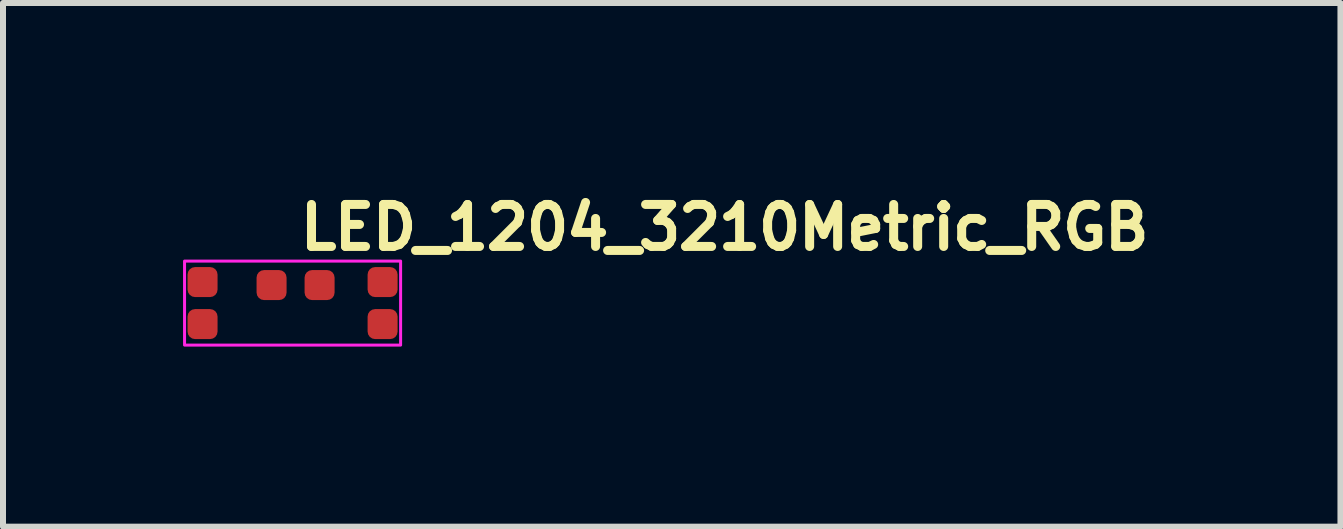
<source format=kicad_pcb>
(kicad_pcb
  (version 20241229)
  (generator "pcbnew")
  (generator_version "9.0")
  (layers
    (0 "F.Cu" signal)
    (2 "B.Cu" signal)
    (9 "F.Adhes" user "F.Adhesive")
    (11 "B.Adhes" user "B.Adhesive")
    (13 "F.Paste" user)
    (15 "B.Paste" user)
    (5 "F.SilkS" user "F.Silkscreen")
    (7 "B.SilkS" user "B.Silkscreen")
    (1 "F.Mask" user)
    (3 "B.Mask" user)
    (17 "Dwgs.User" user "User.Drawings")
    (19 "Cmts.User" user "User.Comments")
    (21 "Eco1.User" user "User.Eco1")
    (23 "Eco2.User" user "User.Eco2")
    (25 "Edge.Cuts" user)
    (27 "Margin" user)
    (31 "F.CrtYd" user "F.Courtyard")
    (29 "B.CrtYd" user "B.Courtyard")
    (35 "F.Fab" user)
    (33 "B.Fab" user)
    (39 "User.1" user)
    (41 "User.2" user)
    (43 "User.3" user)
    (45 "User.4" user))
  (footprint "LED_1204_3210Metric_RGB"
    (layer "F.Cu")
    (at 1.875 2)
    (property "Reference" "LED_1204_3210Metric_RGB" (at 0 -0.85 0) (unlocked yes) (layer "F.SilkS") (effects (font (size 0.7 0.7) (thickness 0.15)) (justify left bottom)))
    (attr smd)
    (fp_rect (start -1.85 -0.7) (end 1.75 0.7) (stroke (width 0.05) (type solid)) (fill no) (layer "F.CrtYd"))
    (fp_rect (start -1.65 -0.5) (end 1.55 0.5) (stroke (width 0.1) (type solid)) (fill no) (layer "User.5"))
    (fp_line (start -1.65 -0.25) (end -1.65 -0.1) (stroke (width 0.02) (type solid)) (layer "User.9"))
    (fp_line (start -1.65 -0.1) (end -1.65 0.1) (stroke (width 0.02) (type solid)) (layer "User.9"))
    (fp_line (start -1.65 0.1) (end -1.637 0.1) (stroke (width 0.02) (type solid)) (layer "User.9"))
    (fp_line (start -1.65 0.25) (end -1.65 0.1) (stroke (width 0.02) (type solid)) (layer "User.9"))
    (fp_line (start -1.638 -0.25) (end -1.65 -0.25) (stroke (width 0.02) (type solid)) (layer "User.9"))
    (fp_line (start -1.638 0.25) (end -1.65 0.25) (stroke (width 0.02) (type solid)) (layer "User.9"))
    (fp_line (start -1.637 -0.1) (end -1.65 -0.1) (stroke (width 0.02) (type solid)) (layer "User.9"))
    (fp_line (start -1.637 0.1) (end -1.625 0.101) (stroke (width 0.02) (type solid)) (layer "User.9"))
    (fp_line (start -1.625 -0.251) (end -1.638 -0.25) (stroke (width 0.02) (type solid)) (layer "User.9"))
    (fp_line (start -1.625 -0.101) (end -1.637 -0.1) (stroke (width 0.02) (type solid)) (layer "User.9"))
    (fp_line (start -1.625 0.101) (end -1.612 0.102) (stroke (width 0.02) (type solid)) (layer "User.9"))
    (fp_line (start -1.625 0.251) (end -1.638 0.25) (stroke (width 0.02) (type solid)) (layer "User.9"))
    (fp_line (start -1.613 -0.253) (end -1.625 -0.251) (stroke (width 0.02) (type solid)) (layer "User.9"))
    (fp_line (start -1.613 0.253) (end -1.625 0.251) (stroke (width 0.02) (type solid)) (layer "User.9"))
    (fp_line (start -1.612 -0.102) (end -1.625 -0.101) (stroke (width 0.02) (type solid)) (layer "User.9"))
    (fp_line (start -1.612 0.102) (end -1.599 0.103) (stroke (width 0.02) (type solid)) (layer "User.9"))
    (fp_line (start -1.601 -0.255) (end -1.613 -0.253) (stroke (width 0.02) (type solid)) (layer "User.9"))
    (fp_line (start -1.601 0.255) (end -1.613 0.253) (stroke (width 0.02) (type solid)) (layer "User.9"))
    (fp_line (start -1.599 -0.103) (end -1.612 -0.102) (stroke (width 0.02) (type solid)) (layer "User.9"))
    (fp_line (start -1.599 0.103) (end -1.587 0.105) (stroke (width 0.02) (type solid)) (layer "User.9"))
    (fp_line (start -1.589 -0.258) (end -1.601 -0.255) (stroke (width 0.02) (type solid)) (layer "User.9"))
    (fp_line (start -1.589 0.258) (end -1.601 0.255) (stroke (width 0.02) (type solid)) (layer "User.9"))
    (fp_line (start -1.587 -0.105) (end -1.599 -0.103) (stroke (width 0.02) (type solid)) (layer "User.9"))
    (fp_line (start -1.587 0.105) (end -1.575 0.107) (stroke (width 0.02) (type solid)) (layer "User.9"))
    (fp_line (start -1.577 -0.261) (end -1.589 -0.258) (stroke (width 0.02) (type solid)) (layer "User.9"))
    (fp_line (start -1.577 0.261) (end -1.589 0.258) (stroke (width 0.02) (type solid)) (layer "User.9"))
    (fp_line (start -1.575 -0.107) (end -1.587 -0.105) (stroke (width 0.02) (type solid)) (layer "User.9"))
    (fp_line (start -1.575 0.107) (end -1.562 0.11) (stroke (width 0.02) (type solid)) (layer "User.9"))
    (fp_line (start -1.566 -0.265) (end -1.577 -0.261) (stroke (width 0.02) (type solid)) (layer "User.9"))
    (fp_line (start -1.566 0.265) (end -1.577 0.261) (stroke (width 0.02) (type solid)) (layer "User.9"))
    (fp_line (start -1.562 -0.11) (end -1.575 -0.107) (stroke (width 0.02) (type solid)) (layer "User.9"))
    (fp_line (start -1.562 0.11) (end -1.55 0.113) (stroke (width 0.02) (type solid)) (layer "User.9"))
    (fp_line (start -1.554 -0.269) (end -1.566 -0.265) (stroke (width 0.02) (type solid)) (layer "User.9"))
    (fp_line (start -1.554 0.269) (end -1.566 0.265) (stroke (width 0.02) (type solid)) (layer "User.9"))
    (fp_line (start -1.55 -0.113) (end -1.562 -0.11) (stroke (width 0.02) (type solid)) (layer "User.9"))
    (fp_line (start -1.55 0.113) (end -1.538 0.116) (stroke (width 0.02) (type solid)) (layer "User.9"))
    (fp_line (start -1.543 -0.274) (end -1.554 -0.269) (stroke (width 0.02) (type solid)) (layer "User.9"))
    (fp_line (start -1.543 0.274) (end -1.554 0.269) (stroke (width 0.02) (type solid)) (layer "User.9"))
    (fp_line (start -1.538 -0.116) (end -1.55 -0.113) (stroke (width 0.02) (type solid)) (layer "User.9"))
    (fp_line (start -1.538 0.116) (end -1.526 0.12) (stroke (width 0.02) (type solid)) (layer "User.9"))
    (fp_line (start -1.532 -0.279) (end -1.543 -0.274) (stroke (width 0.02) (type solid)) (layer "User.9"))
    (fp_line (start -1.532 0.279) (end -1.543 0.274) (stroke (width 0.02) (type solid)) (layer "User.9"))
    (fp_line (start -1.526 -0.12) (end -1.538 -0.116) (stroke (width 0.02) (type solid)) (layer "User.9"))
    (fp_line (start -1.526 0.12) (end -1.514 0.124) (stroke (width 0.02) (type solid)) (layer "User.9"))
    (fp_line (start -1.522 -0.285) (end -1.532 -0.279) (stroke (width 0.02) (type solid)) (layer "User.9"))
    (fp_line (start -1.522 0.285) (end -1.532 0.279) (stroke (width 0.02) (type solid)) (layer "User.9"))
    (fp_line (start -1.514 -0.124) (end -1.526 -0.12) (stroke (width 0.02) (type solid)) (layer "User.9"))
    (fp_line (start -1.514 0.124) (end -1.502 0.128) (stroke (width 0.02) (type solid)) (layer "User.9"))
    (fp_line (start -1.511 -0.292) (end -1.522 -0.285) (stroke (width 0.02) (type solid)) (layer "User.9"))
    (fp_line (start -1.511 0.292) (end -1.522 0.285) (stroke (width 0.02) (type solid)) (layer "User.9"))
    (fp_line (start -1.502 -0.128) (end -1.514 -0.124) (stroke (width 0.02) (type solid)) (layer "User.9"))
    (fp_line (start -1.502 0.128) (end -1.49 0.133) (stroke (width 0.02) (type solid)) (layer "User.9"))
    (fp_line (start -1.501 -0.299) (end -1.511 -0.292) (stroke (width 0.02) (type solid)) (layer "User.9"))
    (fp_line (start -1.501 0.299) (end -1.511 0.292) (stroke (width 0.02) (type solid)) (layer "User.9"))
    (fp_line (start -1.492 -0.307) (end -1.501 -0.299) (stroke (width 0.02) (type solid)) (layer "User.9"))
    (fp_line (start -1.492 0.307) (end -1.501 0.299) (stroke (width 0.02) (type solid)) (layer "User.9"))
    (fp_line (start -1.49 -0.133) (end -1.502 -0.128) (stroke (width 0.02) (type solid)) (layer "User.9"))
    (fp_line (start -1.49 0.133) (end -1.479 0.138) (stroke (width 0.02) (type solid)) (layer "User.9"))
    (fp_line (start -1.482 -0.315) (end -1.492 -0.307) (stroke (width 0.02) (type solid)) (layer "User.9"))
    (fp_line (start -1.482 0.315) (end -1.492 0.307) (stroke (width 0.02) (type solid)) (layer "User.9"))
    (fp_line (start -1.479 -0.138) (end -1.49 -0.133) (stroke (width 0.02) (type solid)) (layer "User.9"))
    (fp_line (start -1.479 0.138) (end -1.468 0.144) (stroke (width 0.02) (type solid)) (layer "User.9"))
    (fp_line (start -1.473 -0.323) (end -1.482 -0.315) (stroke (width 0.02) (type solid)) (layer "User.9"))
    (fp_line (start -1.473 -0.323) (end -1.473 -0.323) (stroke (width 0.02) (type solid)) (layer "User.9"))
    (fp_line (start -1.473 0.323) (end -1.482 0.315) (stroke (width 0.02) (type solid)) (layer "User.9"))
    (fp_line (start -1.473 0.323) (end -1.473 0.323) (stroke (width 0.02) (type solid)) (layer "User.9"))
    (fp_line (start -1.468 -0.144) (end -1.479 -0.138) (stroke (width 0.02) (type solid)) (layer "User.9"))
    (fp_line (start -1.468 0.144) (end -1.456 0.15) (stroke (width 0.02) (type solid)) (layer "User.9"))
    (fp_line (start -1.465 -0.332) (end -1.473 -0.323) (stroke (width 0.02) (type solid)) (layer "User.9"))
    (fp_line (start -1.465 0.332) (end -1.473 0.323) (stroke (width 0.02) (type solid)) (layer "User.9"))
    (fp_line (start -1.457 -0.342) (end -1.465 -0.332) (stroke (width 0.02) (type solid)) (layer "User.9"))
    (fp_line (start -1.457 0.342) (end -1.465 0.332) (stroke (width 0.02) (type solid)) (layer "User.9"))
    (fp_line (start -1.456 -0.15) (end -1.468 -0.144) (stroke (width 0.02) (type solid)) (layer "User.9"))
    (fp_line (start -1.456 0.15) (end -1.05 0.15) (stroke (width 0.02) (type solid)) (layer "User.9"))
    (fp_line (start -1.449 -0.351) (end -1.457 -0.342) (stroke (width 0.02) (type solid)) (layer "User.9"))
    (fp_line (start -1.449 0.351) (end -1.457 0.342) (stroke (width 0.02) (type solid)) (layer "User.9"))
    (fp_line (start -1.442 -0.361) (end -1.449 -0.351) (stroke (width 0.02) (type solid)) (layer "User.9"))
    (fp_line (start -1.442 0.361) (end -1.449 0.351) (stroke (width 0.02) (type solid)) (layer "User.9"))
    (fp_line (start -1.435 -0.372) (end -1.442 -0.361) (stroke (width 0.02) (type solid)) (layer "User.9"))
    (fp_line (start -1.435 0.372) (end -1.442 0.361) (stroke (width 0.02) (type solid)) (layer "User.9"))
    (fp_line (start -1.429 -0.382) (end -1.435 -0.372) (stroke (width 0.02) (type solid)) (layer "User.9"))
    (fp_line (start -1.429 0.382) (end -1.435 0.372) (stroke (width 0.02) (type solid)) (layer "User.9"))
    (fp_line (start -1.424 -0.393) (end -1.429 -0.382) (stroke (width 0.02) (type solid)) (layer "User.9"))
    (fp_line (start -1.424 0.393) (end -1.429 0.382) (stroke (width 0.02) (type solid)) (layer "User.9"))
    (fp_line (start -1.419 -0.404) (end -1.424 -0.393) (stroke (width 0.02) (type solid)) (layer "User.9"))
    (fp_line (start -1.419 0.404) (end -1.424 0.393) (stroke (width 0.02) (type solid)) (layer "User.9"))
    (fp_line (start -1.415 -0.416) (end -1.419 -0.404) (stroke (width 0.02) (type solid)) (layer "User.9"))
    (fp_line (start -1.415 0.416) (end -1.419 0.404) (stroke (width 0.02) (type solid)) (layer "User.9"))
    (fp_line (start -1.411 -0.427) (end -1.415 -0.416) (stroke (width 0.02) (type solid)) (layer "User.9"))
    (fp_line (start -1.411 0.427) (end -1.415 0.416) (stroke (width 0.02) (type solid)) (layer "User.9"))
    (fp_line (start -1.408 -0.439) (end -1.411 -0.427) (stroke (width 0.02) (type solid)) (layer "User.9"))
    (fp_line (start -1.408 0.439) (end -1.411 0.427) (stroke (width 0.02) (type solid)) (layer "User.9"))
    (fp_line (start -1.405 -0.451) (end -1.408 -0.439) (stroke (width 0.02) (type solid)) (layer "User.9"))
    (fp_line (start -1.405 0.451) (end -1.408 0.439) (stroke (width 0.02) (type solid)) (layer "User.9"))
    (fp_line (start -1.403 -0.463) (end -1.405 -0.451) (stroke (width 0.02) (type solid)) (layer "User.9"))
    (fp_line (start -1.403 0.463) (end -1.405 0.451) (stroke (width 0.02) (type solid)) (layer "User.9"))
    (fp_line (start -1.401 -0.475) (end -1.403 -0.463) (stroke (width 0.02) (type solid)) (layer "User.9"))
    (fp_line (start -1.401 0.475) (end -1.403 0.463) (stroke (width 0.02) (type solid)) (layer "User.9"))
    (fp_line (start -1.4 -0.5) (end -1.4 -0.488) (stroke (width 0.02) (type solid)) (layer "User.9"))
    (fp_line (start -1.4 -0.488) (end -1.401 -0.475) (stroke (width 0.02) (type solid)) (layer "User.9"))
    (fp_line (start -1.4 0.488) (end -1.401 0.475) (stroke (width 0.02) (type solid)) (layer "User.9"))
    (fp_line (start -1.4 0.5) (end -1.4 0.488) (stroke (width 0.02) (type solid)) (layer "User.9"))
    (fp_line (start -1.4 0.5) (end -1.25 0.5) (stroke (width 0.02) (type solid)) (layer "User.9"))
    (fp_line (start -1.25 -0.5) (end -1.4 -0.5) (stroke (width 0.02) (type solid)) (layer "User.9"))
    (fp_line (start -1.25 -0.5) (end -1.25 -0.49) (stroke (width 0.02) (type solid)) (layer "User.9"))
    (fp_line (start -1.25 -0.5) (end 1.15 -0.5) (stroke (width 0.02) (type solid)) (layer "User.9"))
    (fp_line (start -1.25 -0.49) (end -1.249 -0.48) (stroke (width 0.02) (type solid)) (layer "User.9"))
    (fp_line (start -1.25 0.49) (end -1.249 0.48) (stroke (width 0.02) (type solid)) (layer "User.9"))
    (fp_line (start -1.25 0.5) (end -1.25 0.49) (stroke (width 0.02) (type solid)) (layer "User.9"))
    (fp_line (start -1.25 0.5) (end 1.15 0.5) (stroke (width 0.02) (type solid)) (layer "User.9"))
    (fp_line (start -1.249 -0.48) (end -1.248 -0.47) (stroke (width 0.02) (type solid)) (layer "User.9"))
    (fp_line (start -1.249 0.48) (end -1.248 0.47) (stroke (width 0.02) (type solid)) (layer "User.9"))
    (fp_line (start -1.248 -0.47) (end -1.246 -0.461) (stroke (width 0.02) (type solid)) (layer "User.9"))
    (fp_line (start -1.248 0.47) (end -1.246 0.461) (stroke (width 0.02) (type solid)) (layer "User.9"))
    (fp_line (start -1.246 -0.461) (end -1.244 -0.451) (stroke (width 0.02) (type solid)) (layer "User.9"))
    (fp_line (start -1.246 0.461) (end -1.244 0.451) (stroke (width 0.02) (type solid)) (layer "User.9"))
    (fp_line (start -1.244 -0.451) (end -1.241 -0.442) (stroke (width 0.02) (type solid)) (layer "User.9"))
    (fp_line (start -1.244 0.451) (end -1.241 0.442) (stroke (width 0.02) (type solid)) (layer "User.9"))
    (fp_line (start -1.241 -0.442) (end -1.238 -0.433) (stroke (width 0.02) (type solid)) (layer "User.9"))
    (fp_line (start -1.241 0.442) (end -1.238 0.433) (stroke (width 0.02) (type solid)) (layer "User.9"))
    (fp_line (start -1.238 -0.433) (end -1.235 -0.423) (stroke (width 0.02) (type solid)) (layer "User.9"))
    (fp_line (start -1.238 0.433) (end -1.235 0.423) (stroke (width 0.02) (type solid)) (layer "User.9"))
    (fp_line (start -1.235 -0.423) (end -1.231 -0.415) (stroke (width 0.02) (type solid)) (layer "User.9"))
    (fp_line (start -1.235 0.423) (end -1.231 0.415) (stroke (width 0.02) (type solid)) (layer "User.9"))
    (fp_line (start -1.231 -0.415) (end -1.226 -0.406) (stroke (width 0.02) (type solid)) (layer "User.9"))
    (fp_line (start -1.231 0.415) (end -1.226 0.406) (stroke (width 0.02) (type solid)) (layer "User.9"))
    (fp_line (start -1.226 -0.406) (end -1.222 -0.397) (stroke (width 0.02) (type solid)) (layer "User.9"))
    (fp_line (start -1.226 0.406) (end -1.222 0.397) (stroke (width 0.02) (type solid)) (layer "User.9"))
    (fp_line (start -1.222 -0.397) (end -1.216 -0.389) (stroke (width 0.02) (type solid)) (layer "User.9"))
    (fp_line (start -1.222 0.397) (end -1.216 0.389) (stroke (width 0.02) (type solid)) (layer "User.9"))
    (fp_line (start -1.216 -0.389) (end -1.211 -0.381) (stroke (width 0.02) (type solid)) (layer "User.9"))
    (fp_line (start -1.216 0.389) (end -1.211 0.381) (stroke (width 0.02) (type solid)) (layer "User.9"))
    (fp_line (start -1.211 -0.381) (end -1.205 -0.373) (stroke (width 0.02) (type solid)) (layer "User.9"))
    (fp_line (start -1.211 0.381) (end -1.205 0.373) (stroke (width 0.02) (type solid)) (layer "User.9"))
    (fp_line (start -1.205 -0.373) (end -1.198 -0.366) (stroke (width 0.02) (type solid)) (layer "User.9"))
    (fp_line (start -1.205 0.373) (end -1.198 0.366) (stroke (width 0.02) (type solid)) (layer "User.9"))
    (fp_line (start -1.198 -0.366) (end -1.191 -0.359) (stroke (width 0.02) (type solid)) (layer "User.9"))
    (fp_line (start -1.198 0.366) (end -1.191 0.359) (stroke (width 0.02) (type solid)) (layer "User.9"))
    (fp_line (start -1.191 -0.359) (end -1.191 -0.359) (stroke (width 0.02) (type solid)) (layer "User.9"))
    (fp_line (start -1.191 -0.359) (end -1.184 -0.352) (stroke (width 0.02) (type solid)) (layer "User.9"))
    (fp_line (start -1.191 0.359) (end -1.191 0.359) (stroke (width 0.02) (type solid)) (layer "User.9"))
    (fp_line (start -1.191 0.359) (end -1.184 0.352) (stroke (width 0.02) (type solid)) (layer "User.9"))
    (fp_line (start -1.184 -0.352) (end -1.177 -0.345) (stroke (width 0.02) (type solid)) (layer "User.9"))
    (fp_line (start -1.184 0.352) (end -1.177 0.345) (stroke (width 0.02) (type solid)) (layer "User.9"))
    (fp_line (start -1.177 -0.345) (end -1.169 -0.339) (stroke (width 0.02) (type solid)) (layer "User.9"))
    (fp_line (start -1.177 0.345) (end -1.169 0.339) (stroke (width 0.02) (type solid)) (layer "User.9"))
    (fp_line (start -1.169 -0.339) (end -1.161 -0.334) (stroke (width 0.02) (type solid)) (layer "User.9"))
    (fp_line (start -1.169 0.339) (end -1.161 0.334) (stroke (width 0.02) (type solid)) (layer "User.9"))
    (fp_line (start -1.161 -0.334) (end -1.153 -0.328) (stroke (width 0.02) (type solid)) (layer "User.9"))
    (fp_line (start -1.161 0.334) (end -1.153 0.328) (stroke (width 0.02) (type solid)) (layer "User.9"))
    (fp_line (start -1.153 -0.328) (end -1.144 -0.324) (stroke (width 0.02) (type solid)) (layer "User.9"))
    (fp_line (start -1.153 0.328) (end -1.144 0.324) (stroke (width 0.02) (type solid)) (layer "User.9"))
    (fp_line (start -1.144 -0.324) (end -1.135 -0.319) (stroke (width 0.02) (type solid)) (layer "User.9"))
    (fp_line (start -1.144 0.324) (end -1.135 0.319) (stroke (width 0.02) (type solid)) (layer "User.9"))
    (fp_line (start -1.135 -0.319) (end -1.127 -0.315) (stroke (width 0.02) (type solid)) (layer "User.9"))
    (fp_line (start -1.135 0.319) (end -1.127 0.315) (stroke (width 0.02) (type solid)) (layer "User.9"))
    (fp_line (start -1.127 -0.315) (end -1.117 -0.312) (stroke (width 0.02) (type solid)) (layer "User.9"))
    (fp_line (start -1.127 0.315) (end -1.117 0.312) (stroke (width 0.02) (type solid)) (layer "User.9"))
    (fp_line (start -1.117 -0.312) (end -1.108 -0.309) (stroke (width 0.02) (type solid)) (layer "User.9"))
    (fp_line (start -1.117 0.312) (end -1.108 0.309) (stroke (width 0.02) (type solid)) (layer "User.9"))
    (fp_line (start -1.108 -0.309) (end -1.099 -0.306) (stroke (width 0.02) (type solid)) (layer "User.9"))
    (fp_line (start -1.108 0.309) (end -1.099 0.306) (stroke (width 0.02) (type solid)) (layer "User.9"))
    (fp_line (start -1.099 -0.306) (end -1.089 -0.304) (stroke (width 0.02) (type solid)) (layer "User.9"))
    (fp_line (start -1.099 0.306) (end -1.089 0.304) (stroke (width 0.02) (type solid)) (layer "User.9"))
    (fp_line (start -1.089 -0.304) (end -1.08 -0.302) (stroke (width 0.02) (type solid)) (layer "User.9"))
    (fp_line (start -1.089 0.304) (end -1.08 0.302) (stroke (width 0.02) (type solid)) (layer "User.9"))
    (fp_line (start -1.08 -0.302) (end -1.07 -0.301) (stroke (width 0.02) (type solid)) (layer "User.9"))
    (fp_line (start -1.08 0.302) (end -1.07 0.301) (stroke (width 0.02) (type solid)) (layer "User.9"))
    (fp_line (start -1.07 -0.301) (end -1.06 -0.3) (stroke (width 0.02) (type solid)) (layer "User.9"))
    (fp_line (start -1.07 0.301) (end -1.06 0.3) (stroke (width 0.02) (type solid)) (layer "User.9"))
    (fp_line (start -1.06 -0.3) (end -1.05 -0.3) (stroke (width 0.02) (type solid)) (layer "User.9"))
    (fp_line (start -1.06 0.3) (end -1.05 0.3) (stroke (width 0.02) (type solid)) (layer "User.9"))
    (fp_line (start -1.05 -0.475) (end -1.05 -0.3) (stroke (width 0.02) (type solid)) (layer "User.9"))
    (fp_line (start -1.05 -0.475) (end -1.025 -0.475) (stroke (width 0.02) (type solid)) (layer "User.9"))
    (fp_line (start -1.05 -0.3) (end -1.05 -0.15) (stroke (width 0.02) (type solid)) (layer "User.9"))
    (fp_line (start -1.05 -0.15) (end -1.456 -0.15) (stroke (width 0.02) (type solid)) (layer "User.9"))
    (fp_line (start -1.05 -0.15) (end -1.05 0.15) (stroke (width 0.02) (type solid)) (layer "User.9"))
    (fp_line (start -1.05 0.15) (end -1.05 0.3) (stroke (width 0.02) (type solid)) (layer "User.9"))
    (fp_line (start -1.05 0.475) (end -1.05 0.3) (stroke (width 0.02) (type solid)) (layer "User.9"))
    (fp_line (start -1.05 0.475) (end -1.025 0.475) (stroke (width 0.02) (type solid)) (layer "User.9"))
    (fp_line (start -1.025 -0.475) (end -1.025 -0.475) (stroke (width 0.02) (type solid)) (layer "User.9"))
    (fp_line (start -1.025 -0.475) (end -0.951 -0.475) (stroke (width 0.02) (type solid)) (layer "User.9"))
    (fp_line (start -1.025 0.475) (end -1.025 0.475) (stroke (width 0.02) (type solid)) (layer "User.9"))
    (fp_line (start -1.025 0.475) (end -0.951 0.475) (stroke (width 0.02) (type solid)) (layer "User.9"))
    (fp_line (start -0.951 -0.475) (end -0.951 -0.475) (stroke (width 0.02) (type solid)) (layer "User.9"))
    (fp_line (start -0.951 -0.475) (end -0.832 -0.475) (stroke (width 0.02) (type solid)) (layer "User.9"))
    (fp_line (start -0.951 0.475) (end -0.951 0.475) (stroke (width 0.02) (type solid)) (layer "User.9"))
    (fp_line (start -0.951 0.475) (end -0.832 0.475) (stroke (width 0.02) (type solid)) (layer "User.9"))
    (fp_line (start -0.832 -0.475) (end -0.832 -0.475) (stroke (width 0.02) (type solid)) (layer "User.9"))
    (fp_line (start -0.832 -0.475) (end -0.673 -0.475) (stroke (width 0.02) (type solid)) (layer "User.9"))
    (fp_line (start -0.832 0.475) (end -0.832 0.475) (stroke (width 0.02) (type solid)) (layer "User.9"))
    (fp_line (start -0.832 0.475) (end -0.673 0.475) (stroke (width 0.02) (type solid)) (layer "User.9"))
    (fp_line (start -0.673 -0.475) (end -0.673 -0.475) (stroke (width 0.02) (type solid)) (layer "User.9"))
    (fp_line (start -0.673 -0.475) (end -0.484 -0.475) (stroke (width 0.02) (type solid)) (layer "User.9"))
    (fp_line (start -0.673 0.475) (end -0.673 0.475) (stroke (width 0.02) (type solid)) (layer "User.9"))
    (fp_line (start -0.673 0.475) (end -0.484 0.475) (stroke (width 0.02) (type solid)) (layer "User.9"))
    (fp_line (start -0.484 -0.475) (end -0.484 -0.475) (stroke (width 0.02) (type solid)) (layer "User.9"))
    (fp_line (start -0.484 -0.475) (end -0.273 -0.475) (stroke (width 0.02) (type solid)) (layer "User.9"))
    (fp_line (start -0.484 0.475) (end -0.484 0.475) (stroke (width 0.02) (type solid)) (layer "User.9"))
    (fp_line (start -0.484 0.475) (end -0.273 0.475) (stroke (width 0.02) (type solid)) (layer "User.9"))
    (fp_line (start -0.273 -0.475) (end -0.273 -0.475) (stroke (width 0.02) (type solid)) (layer "User.9"))
    (fp_line (start -0.273 -0.475) (end -0.05 -0.475) (stroke (width 0.02) (type solid)) (layer "User.9"))
    (fp_line (start -0.273 0.475) (end -0.273 0.475) (stroke (width 0.02) (type solid)) (layer "User.9"))
    (fp_line (start -0.273 0.475) (end -0.05 0.475) (stroke (width 0.02) (type solid)) (layer "User.9"))
    (fp_line (start -0.05 -0.475) (end -0.05 -0.475) (stroke (width 0.02) (type solid)) (layer "User.9"))
    (fp_line (start -0.05 -0.475) (end 0.173 -0.475) (stroke (width 0.02) (type solid)) (layer "User.9"))
    (fp_line (start -0.05 0.475) (end -0.05 0.475) (stroke (width 0.02) (type solid)) (layer "User.9"))
    (fp_line (start -0.05 0.475) (end 0.173 0.475) (stroke (width 0.02) (type solid)) (layer "User.9"))
    (fp_line (start 0.173 -0.475) (end 0.173 -0.475) (stroke (width 0.02) (type solid)) (layer "User.9"))
    (fp_line (start 0.173 -0.475) (end 0.384 -0.475) (stroke (width 0.02) (type solid)) (layer "User.9"))
    (fp_line (start 0.173 0.475) (end 0.173 0.475) (stroke (width 0.02) (type solid)) (layer "User.9"))
    (fp_line (start 0.173 0.475) (end 0.384 0.475) (stroke (width 0.02) (type solid)) (layer "User.9"))
    (fp_line (start 0.384 -0.475) (end 0.384 -0.475) (stroke (width 0.02) (type solid)) (layer "User.9"))
    (fp_line (start 0.384 -0.475) (end 0.573 -0.475) (stroke (width 0.02) (type solid)) (layer "User.9"))
    (fp_line (start 0.384 0.475) (end 0.384 0.475) (stroke (width 0.02) (type solid)) (layer "User.9"))
    (fp_line (start 0.384 0.475) (end 0.573 0.475) (stroke (width 0.02) (type solid)) (layer "User.9"))
    (fp_line (start 0.573 -0.475) (end 0.573 -0.475) (stroke (width 0.02) (type solid)) (layer "User.9"))
    (fp_line (start 0.573 -0.475) (end 0.732 -0.475) (stroke (width 0.02) (type solid)) (layer "User.9"))
    (fp_line (start 0.573 0.475) (end 0.573 0.475) (stroke (width 0.02) (type solid)) (layer "User.9"))
    (fp_line (start 0.573 0.475) (end 0.732 0.475) (stroke (width 0.02) (type solid)) (layer "User.9"))
    (fp_line (start 0.732 -0.475) (end 0.732 -0.475) (stroke (width 0.02) (type solid)) (layer "User.9"))
    (fp_line (start 0.732 -0.475) (end 0.851 -0.475) (stroke (width 0.02) (type solid)) (layer "User.9"))
    (fp_line (start 0.732 0.475) (end 0.732 0.475) (stroke (width 0.02) (type solid)) (layer "User.9"))
    (fp_line (start 0.732 0.475) (end 0.851 0.475) (stroke (width 0.02) (type solid)) (layer "User.9"))
    (fp_line (start 0.851 -0.475) (end 0.851 -0.475) (stroke (width 0.02) (type solid)) (layer "User.9"))
    (fp_line (start 0.851 -0.475) (end 0.925 -0.475) (stroke (width 0.02) (type solid)) (layer "User.9"))
    (fp_line (start 0.851 0.475) (end 0.851 0.475) (stroke (width 0.02) (type solid)) (layer "User.9"))
    (fp_line (start 0.851 0.475) (end 0.925 0.475) (stroke (width 0.02) (type solid)) (layer "User.9"))
    (fp_line (start 0.925 -0.475) (end 0.925 -0.475) (stroke (width 0.02) (type solid)) (layer "User.9"))
    (fp_line (start 0.925 -0.475) (end 0.95 -0.475) (stroke (width 0.02) (type solid)) (layer "User.9"))
    (fp_line (start 0.925 0.475) (end 0.925 0.475) (stroke (width 0.02) (type solid)) (layer "User.9"))
    (fp_line (start 0.925 0.475) (end 0.95 0.475) (stroke (width 0.02) (type solid)) (layer "User.9"))
    (fp_line (start 0.95 -0.3) (end 0.95 -0.475) (stroke (width 0.02) (type solid)) (layer "User.9"))
    (fp_line (start 0.95 -0.3) (end 0.96 -0.3) (stroke (width 0.02) (type solid)) (layer "User.9"))
    (fp_line (start 0.95 -0.15) (end 0.95 -0.3) (stroke (width 0.02) (type solid)) (layer "User.9"))
    (fp_line (start 0.95 -0.15) (end 0.95 0.15) (stroke (width 0.02) (type solid)) (layer "User.9"))
    (fp_line (start 0.95 0.15) (end 1.356 0.15) (stroke (width 0.02) (type solid)) (layer "User.9"))
    (fp_line (start 0.95 0.3) (end 0.95 0.15) (stroke (width 0.02) (type solid)) (layer "User.9"))
    (fp_line (start 0.95 0.3) (end 0.95 0.475) (stroke (width 0.02) (type solid)) (layer "User.9"))
    (fp_line (start 0.96 -0.3) (end 0.97 -0.301) (stroke (width 0.02) (type solid)) (layer "User.9"))
    (fp_line (start 0.96 0.3) (end 0.95 0.3) (stroke (width 0.02) (type solid)) (layer "User.9"))
    (fp_line (start 0.97 -0.301) (end 0.98 -0.302) (stroke (width 0.02) (type solid)) (layer "User.9"))
    (fp_line (start 0.97 0.301) (end 0.96 0.3) (stroke (width 0.02) (type solid)) (layer "User.9"))
    (fp_line (start 0.98 -0.302) (end 0.989 -0.304) (stroke (width 0.02) (type solid)) (layer "User.9"))
    (fp_line (start 0.98 0.302) (end 0.97 0.301) (stroke (width 0.02) (type solid)) (layer "User.9"))
    (fp_line (start 0.989 -0.304) (end 0.999 -0.306) (stroke (width 0.02) (type solid)) (layer "User.9"))
    (fp_line (start 0.989 0.304) (end 0.98 0.302) (stroke (width 0.02) (type solid)) (layer "User.9"))
    (fp_line (start 0.999 -0.306) (end 1.008 -0.309) (stroke (width 0.02) (type solid)) (layer "User.9"))
    (fp_line (start 0.999 0.306) (end 0.989 0.304) (stroke (width 0.02) (type solid)) (layer "User.9"))
    (fp_line (start 1.008 -0.309) (end 1.017 -0.312) (stroke (width 0.02) (type solid)) (layer "User.9"))
    (fp_line (start 1.008 0.309) (end 0.999 0.306) (stroke (width 0.02) (type solid)) (layer "User.9"))
    (fp_line (start 1.017 -0.312) (end 1.027 -0.315) (stroke (width 0.02) (type solid)) (layer "User.9"))
    (fp_line (start 1.017 0.312) (end 1.008 0.309) (stroke (width 0.02) (type solid)) (layer "User.9"))
    (fp_line (start 1.027 -0.315) (end 1.035 -0.319) (stroke (width 0.02) (type solid)) (layer "User.9"))
    (fp_line (start 1.027 0.315) (end 1.017 0.312) (stroke (width 0.02) (type solid)) (layer "User.9"))
    (fp_line (start 1.035 -0.319) (end 1.044 -0.324) (stroke (width 0.02) (type solid)) (layer "User.9"))
    (fp_line (start 1.035 0.319) (end 1.027 0.315) (stroke (width 0.02) (type solid)) (layer "User.9"))
    (fp_line (start 1.044 -0.324) (end 1.053 -0.328) (stroke (width 0.02) (type solid)) (layer "User.9"))
    (fp_line (start 1.044 0.324) (end 1.035 0.319) (stroke (width 0.02) (type solid)) (layer "User.9"))
    (fp_line (start 1.053 -0.328) (end 1.061 -0.334) (stroke (width 0.02) (type solid)) (layer "User.9"))
    (fp_line (start 1.053 0.328) (end 1.044 0.324) (stroke (width 0.02) (type solid)) (layer "User.9"))
    (fp_line (start 1.061 -0.334) (end 1.069 -0.339) (stroke (width 0.02) (type solid)) (layer "User.9"))
    (fp_line (start 1.061 0.334) (end 1.053 0.328) (stroke (width 0.02) (type solid)) (layer "User.9"))
    (fp_line (start 1.069 -0.339) (end 1.077 -0.345) (stroke (width 0.02) (type solid)) (layer "User.9"))
    (fp_line (start 1.069 0.339) (end 1.061 0.334) (stroke (width 0.02) (type solid)) (layer "User.9"))
    (fp_line (start 1.077 -0.345) (end 1.084 -0.352) (stroke (width 0.02) (type solid)) (layer "User.9"))
    (fp_line (start 1.077 0.345) (end 1.069 0.339) (stroke (width 0.02) (type solid)) (layer "User.9"))
    (fp_line (start 1.084 -0.352) (end 1.091 -0.359) (stroke (width 0.02) (type solid)) (layer "User.9"))
    (fp_line (start 1.084 0.352) (end 1.077 0.345) (stroke (width 0.02) (type solid)) (layer "User.9"))
    (fp_line (start 1.091 -0.359) (end 1.091 -0.359) (stroke (width 0.02) (type solid)) (layer "User.9"))
    (fp_line (start 1.091 -0.359) (end 1.098 -0.366) (stroke (width 0.02) (type solid)) (layer "User.9"))
    (fp_line (start 1.091 0.359) (end 1.084 0.352) (stroke (width 0.02) (type solid)) (layer "User.9"))
    (fp_line (start 1.091 0.359) (end 1.091 0.359) (stroke (width 0.02) (type solid)) (layer "User.9"))
    (fp_line (start 1.098 -0.366) (end 1.105 -0.373) (stroke (width 0.02) (type solid)) (layer "User.9"))
    (fp_line (start 1.098 0.366) (end 1.091 0.359) (stroke (width 0.02) (type solid)) (layer "User.9"))
    (fp_line (start 1.105 -0.373) (end 1.111 -0.381) (stroke (width 0.02) (type solid)) (layer "User.9"))
    (fp_line (start 1.105 0.373) (end 1.098 0.366) (stroke (width 0.02) (type solid)) (layer "User.9"))
    (fp_line (start 1.111 -0.381) (end 1.116 -0.389) (stroke (width 0.02) (type solid)) (layer "User.9"))
    (fp_line (start 1.111 0.381) (end 1.105 0.373) (stroke (width 0.02) (type solid)) (layer "User.9"))
    (fp_line (start 1.116 -0.389) (end 1.122 -0.397) (stroke (width 0.02) (type solid)) (layer "User.9"))
    (fp_line (start 1.116 0.389) (end 1.111 0.381) (stroke (width 0.02) (type solid)) (layer "User.9"))
    (fp_line (start 1.122 -0.397) (end 1.126 -0.406) (stroke (width 0.02) (type solid)) (layer "User.9"))
    (fp_line (start 1.122 0.397) (end 1.116 0.389) (stroke (width 0.02) (type solid)) (layer "User.9"))
    (fp_line (start 1.126 -0.406) (end 1.131 -0.415) (stroke (width 0.02) (type solid)) (layer "User.9"))
    (fp_line (start 1.126 0.406) (end 1.122 0.397) (stroke (width 0.02) (type solid)) (layer "User.9"))
    (fp_line (start 1.131 -0.415) (end 1.135 -0.423) (stroke (width 0.02) (type solid)) (layer "User.9"))
    (fp_line (start 1.131 0.415) (end 1.126 0.406) (stroke (width 0.02) (type solid)) (layer "User.9"))
    (fp_line (start 1.135 -0.423) (end 1.138 -0.433) (stroke (width 0.02) (type solid)) (layer "User.9"))
    (fp_line (start 1.135 0.423) (end 1.131 0.415) (stroke (width 0.02) (type solid)) (layer "User.9"))
    (fp_line (start 1.138 -0.433) (end 1.141 -0.442) (stroke (width 0.02) (type solid)) (layer "User.9"))
    (fp_line (start 1.138 0.433) (end 1.135 0.423) (stroke (width 0.02) (type solid)) (layer "User.9"))
    (fp_line (start 1.141 -0.442) (end 1.144 -0.451) (stroke (width 0.02) (type solid)) (layer "User.9"))
    (fp_line (start 1.141 0.442) (end 1.138 0.433) (stroke (width 0.02) (type solid)) (layer "User.9"))
    (fp_line (start 1.144 -0.451) (end 1.146 -0.461) (stroke (width 0.02) (type solid)) (layer "User.9"))
    (fp_line (start 1.144 0.451) (end 1.141 0.442) (stroke (width 0.02) (type solid)) (layer "User.9"))
    (fp_line (start 1.146 -0.461) (end 1.148 -0.47) (stroke (width 0.02) (type solid)) (layer "User.9"))
    (fp_line (start 1.146 0.461) (end 1.144 0.451) (stroke (width 0.02) (type solid)) (layer "User.9"))
    (fp_line (start 1.148 -0.47) (end 1.149 -0.48) (stroke (width 0.02) (type solid)) (layer "User.9"))
    (fp_line (start 1.148 0.47) (end 1.146 0.461) (stroke (width 0.02) (type solid)) (layer "User.9"))
    (fp_line (start 1.149 -0.48) (end 1.15 -0.49) (stroke (width 0.02) (type solid)) (layer "User.9"))
    (fp_line (start 1.149 0.48) (end 1.148 0.47) (stroke (width 0.02) (type solid)) (layer "User.9"))
    (fp_line (start 1.15 -0.49) (end 1.15 -0.5) (stroke (width 0.02) (type solid)) (layer "User.9"))
    (fp_line (start 1.15 0.49) (end 1.149 0.48) (stroke (width 0.02) (type solid)) (layer "User.9"))
    (fp_line (start 1.15 0.5) (end 1.15 0.49) (stroke (width 0.02) (type solid)) (layer "User.9"))
    (fp_line (start 1.15 0.5) (end 1.3 0.5) (stroke (width 0.02) (type solid)) (layer "User.9"))
    (fp_line (start 1.3 -0.5) (end 1.15 -0.5) (stroke (width 0.02) (type solid)) (layer "User.9"))
    (fp_line (start 1.3 -0.5) (end 1.3 -0.488) (stroke (width 0.02) (type solid)) (layer "User.9"))
    (fp_line (start 1.3 -0.488) (end 1.301 -0.475) (stroke (width 0.02) (type solid)) (layer "User.9"))
    (fp_line (start 1.3 0.488) (end 1.301 0.475) (stroke (width 0.02) (type solid)) (layer "User.9"))
    (fp_line (start 1.3 0.5) (end 1.3 0.488) (stroke (width 0.02) (type solid)) (layer "User.9"))
    (fp_line (start 1.301 -0.475) (end 1.303 -0.463) (stroke (width 0.02) (type solid)) (layer "User.9"))
    (fp_line (start 1.301 0.475) (end 1.303 0.463) (stroke (width 0.02) (type solid)) (layer "User.9"))
    (fp_line (start 1.303 -0.463) (end 1.305 -0.451) (stroke (width 0.02) (type solid)) (layer "User.9"))
    (fp_line (start 1.303 0.463) (end 1.305 0.451) (stroke (width 0.02) (type solid)) (layer "User.9"))
    (fp_line (start 1.305 -0.451) (end 1.308 -0.439) (stroke (width 0.02) (type solid)) (layer "User.9"))
    (fp_line (start 1.305 0.451) (end 1.308 0.439) (stroke (width 0.02) (type solid)) (layer "User.9"))
    (fp_line (start 1.308 -0.439) (end 1.311 -0.427) (stroke (width 0.02) (type solid)) (layer "User.9"))
    (fp_line (start 1.308 0.439) (end 1.311 0.427) (stroke (width 0.02) (type solid)) (layer "User.9"))
    (fp_line (start 1.311 -0.427) (end 1.315 -0.416) (stroke (width 0.02) (type solid)) (layer "User.9"))
    (fp_line (start 1.311 0.427) (end 1.315 0.416) (stroke (width 0.02) (type solid)) (layer "User.9"))
    (fp_line (start 1.315 -0.416) (end 1.319 -0.404) (stroke (width 0.02) (type solid)) (layer "User.9"))
    (fp_line (start 1.315 0.416) (end 1.319 0.404) (stroke (width 0.02) (type solid)) (layer "User.9"))
    (fp_line (start 1.319 -0.404) (end 1.324 -0.393) (stroke (width 0.02) (type solid)) (layer "User.9"))
    (fp_line (start 1.319 0.404) (end 1.324 0.393) (stroke (width 0.02) (type solid)) (layer "User.9"))
    (fp_line (start 1.324 -0.393) (end 1.329 -0.382) (stroke (width 0.02) (type solid)) (layer "User.9"))
    (fp_line (start 1.324 0.393) (end 1.329 0.382) (stroke (width 0.02) (type solid)) (layer "User.9"))
    (fp_line (start 1.329 -0.382) (end 1.335 -0.372) (stroke (width 0.02) (type solid)) (layer "User.9"))
    (fp_line (start 1.329 0.382) (end 1.335 0.372) (stroke (width 0.02) (type solid)) (layer "User.9"))
    (fp_line (start 1.335 -0.372) (end 1.342 -0.361) (stroke (width 0.02) (type solid)) (layer "User.9"))
    (fp_line (start 1.335 0.372) (end 1.342 0.361) (stroke (width 0.02) (type solid)) (layer "User.9"))
    (fp_line (start 1.342 -0.361) (end 1.349 -0.351) (stroke (width 0.02) (type solid)) (layer "User.9"))
    (fp_line (start 1.342 0.361) (end 1.349 0.351) (stroke (width 0.02) (type solid)) (layer "User.9"))
    (fp_line (start 1.349 -0.351) (end 1.357 -0.342) (stroke (width 0.02) (type solid)) (layer "User.9"))
    (fp_line (start 1.349 0.351) (end 1.357 0.342) (stroke (width 0.02) (type solid)) (layer "User.9"))
    (fp_line (start 1.356 -0.15) (end 0.95 -0.15) (stroke (width 0.02) (type solid)) (layer "User.9"))
    (fp_line (start 1.356 0.15) (end 1.368 0.144) (stroke (width 0.02) (type solid)) (layer "User.9"))
    (fp_line (start 1.357 -0.342) (end 1.365 -0.332) (stroke (width 0.02) (type solid)) (layer "User.9"))
    (fp_line (start 1.357 0.342) (end 1.365 0.332) (stroke (width 0.02) (type solid)) (layer "User.9"))
    (fp_line (start 1.365 -0.332) (end 1.373 -0.323) (stroke (width 0.02) (type solid)) (layer "User.9"))
    (fp_line (start 1.365 0.332) (end 1.373 0.323) (stroke (width 0.02) (type solid)) (layer "User.9"))
    (fp_line (start 1.368 -0.144) (end 1.356 -0.15) (stroke (width 0.02) (type solid)) (layer "User.9"))
    (fp_line (start 1.368 0.144) (end 1.379 0.138) (stroke (width 0.02) (type solid)) (layer "User.9"))
    (fp_line (start 1.373 -0.323) (end 1.373 -0.323) (stroke (width 0.02) (type solid)) (layer "User.9"))
    (fp_line (start 1.373 -0.323) (end 1.382 -0.315) (stroke (width 0.02) (type solid)) (layer "User.9"))
    (fp_line (start 1.373 0.323) (end 1.373 0.323) (stroke (width 0.02) (type solid)) (layer "User.9"))
    (fp_line (start 1.373 0.323) (end 1.382 0.315) (stroke (width 0.02) (type solid)) (layer "User.9"))
    (fp_line (start 1.379 -0.138) (end 1.368 -0.144) (stroke (width 0.02) (type solid)) (layer "User.9"))
    (fp_line (start 1.379 0.138) (end 1.39 0.133) (stroke (width 0.02) (type solid)) (layer "User.9"))
    (fp_line (start 1.382 -0.315) (end 1.392 -0.307) (stroke (width 0.02) (type solid)) (layer "User.9"))
    (fp_line (start 1.382 0.315) (end 1.392 0.307) (stroke (width 0.02) (type solid)) (layer "User.9"))
    (fp_line (start 1.39 -0.133) (end 1.379 -0.138) (stroke (width 0.02) (type solid)) (layer "User.9"))
    (fp_line (start 1.39 0.133) (end 1.402 0.128) (stroke (width 0.02) (type solid)) (layer "User.9"))
    (fp_line (start 1.392 -0.307) (end 1.401 -0.299) (stroke (width 0.02) (type solid)) (layer "User.9"))
    (fp_line (start 1.392 0.307) (end 1.401 0.299) (stroke (width 0.02) (type solid)) (layer "User.9"))
    (fp_line (start 1.401 -0.299) (end 1.411 -0.292) (stroke (width 0.02) (type solid)) (layer "User.9"))
    (fp_line (start 1.401 0.299) (end 1.411 0.292) (stroke (width 0.02) (type solid)) (layer "User.9"))
    (fp_line (start 1.402 -0.128) (end 1.39 -0.133) (stroke (width 0.02) (type solid)) (layer "User.9"))
    (fp_line (start 1.402 0.128) (end 1.414 0.124) (stroke (width 0.02) (type solid)) (layer "User.9"))
    (fp_line (start 1.411 -0.292) (end 1.422 -0.285) (stroke (width 0.02) (type solid)) (layer "User.9"))
    (fp_line (start 1.411 0.292) (end 1.422 0.285) (stroke (width 0.02) (type solid)) (layer "User.9"))
    (fp_line (start 1.414 -0.124) (end 1.402 -0.128) (stroke (width 0.02) (type solid)) (layer "User.9"))
    (fp_line (start 1.414 0.124) (end 1.426 0.12) (stroke (width 0.02) (type solid)) (layer "User.9"))
    (fp_line (start 1.422 -0.285) (end 1.432 -0.279) (stroke (width 0.02) (type solid)) (layer "User.9"))
    (fp_line (start 1.422 0.285) (end 1.432 0.279) (stroke (width 0.02) (type solid)) (layer "User.9"))
    (fp_line (start 1.426 -0.12) (end 1.414 -0.124) (stroke (width 0.02) (type solid)) (layer "User.9"))
    (fp_line (start 1.426 0.12) (end 1.438 0.116) (stroke (width 0.02) (type solid)) (layer "User.9"))
    (fp_line (start 1.432 -0.279) (end 1.443 -0.274) (stroke (width 0.02) (type solid)) (layer "User.9"))
    (fp_line (start 1.432 0.279) (end 1.443 0.274) (stroke (width 0.02) (type solid)) (layer "User.9"))
    (fp_line (start 1.438 -0.116) (end 1.426 -0.12) (stroke (width 0.02) (type solid)) (layer "User.9"))
    (fp_line (start 1.438 0.116) (end 1.45 0.113) (stroke (width 0.02) (type solid)) (layer "User.9"))
    (fp_line (start 1.443 -0.274) (end 1.454 -0.269) (stroke (width 0.02) (type solid)) (layer "User.9"))
    (fp_line (start 1.443 0.274) (end 1.454 0.269) (stroke (width 0.02) (type solid)) (layer "User.9"))
    (fp_line (start 1.45 -0.113) (end 1.438 -0.116) (stroke (width 0.02) (type solid)) (layer "User.9"))
    (fp_line (start 1.45 0.113) (end 1.462 0.11) (stroke (width 0.02) (type solid)) (layer "User.9"))
    (fp_line (start 1.454 -0.269) (end 1.466 -0.265) (stroke (width 0.02) (type solid)) (layer "User.9"))
    (fp_line (start 1.454 0.269) (end 1.466 0.265) (stroke (width 0.02) (type solid)) (layer "User.9"))
    (fp_line (start 1.462 -0.11) (end 1.45 -0.113) (stroke (width 0.02) (type solid)) (layer "User.9"))
    (fp_line (start 1.462 0.11) (end 1.475 0.107) (stroke (width 0.02) (type solid)) (layer "User.9"))
    (fp_line (start 1.466 -0.265) (end 1.477 -0.261) (stroke (width 0.02) (type solid)) (layer "User.9"))
    (fp_line (start 1.466 0.265) (end 1.477 0.261) (stroke (width 0.02) (type solid)) (layer "User.9"))
    (fp_line (start 1.475 -0.107) (end 1.462 -0.11) (stroke (width 0.02) (type solid)) (layer "User.9"))
    (fp_line (start 1.475 0.107) (end 1.487 0.105) (stroke (width 0.02) (type solid)) (layer "User.9"))
    (fp_line (start 1.477 -0.261) (end 1.489 -0.258) (stroke (width 0.02) (type solid)) (layer "User.9"))
    (fp_line (start 1.477 0.261) (end 1.489 0.258) (stroke (width 0.02) (type solid)) (layer "User.9"))
    (fp_line (start 1.487 -0.105) (end 1.475 -0.107) (stroke (width 0.02) (type solid)) (layer "User.9"))
    (fp_line (start 1.487 0.105) (end 1.499 0.103) (stroke (width 0.02) (type solid)) (layer "User.9"))
    (fp_line (start 1.489 -0.258) (end 1.501 -0.255) (stroke (width 0.02) (type solid)) (layer "User.9"))
    (fp_line (start 1.489 0.258) (end 1.501 0.255) (stroke (width 0.02) (type solid)) (layer "User.9"))
    (fp_line (start 1.499 -0.103) (end 1.487 -0.105) (stroke (width 0.02) (type solid)) (layer "User.9"))
    (fp_line (start 1.499 0.103) (end 1.512 0.102) (stroke (width 0.02) (type solid)) (layer "User.9"))
    (fp_line (start 1.501 -0.255) (end 1.513 -0.253) (stroke (width 0.02) (type solid)) (layer "User.9"))
    (fp_line (start 1.501 0.255) (end 1.513 0.253) (stroke (width 0.02) (type solid)) (layer "User.9"))
    (fp_line (start 1.512 -0.102) (end 1.499 -0.103) (stroke (width 0.02) (type solid)) (layer "User.9"))
    (fp_line (start 1.512 0.102) (end 1.525 0.101) (stroke (width 0.02) (type solid)) (layer "User.9"))
    (fp_line (start 1.513 -0.253) (end 1.525 -0.251) (stroke (width 0.02) (type solid)) (layer "User.9"))
    (fp_line (start 1.513 0.253) (end 1.525 0.251) (stroke (width 0.02) (type solid)) (layer "User.9"))
    (fp_line (start 1.525 -0.251) (end 1.538 -0.25) (stroke (width 0.02) (type solid)) (layer "User.9"))
    (fp_line (start 1.525 -0.101) (end 1.512 -0.102) (stroke (width 0.02) (type solid)) (layer "User.9"))
    (fp_line (start 1.525 0.101) (end 1.537 0.1) (stroke (width 0.02) (type solid)) (layer "User.9"))
    (fp_line (start 1.525 0.251) (end 1.538 0.25) (stroke (width 0.02) (type solid)) (layer "User.9"))
    (fp_line (start 1.537 -0.1) (end 1.525 -0.101) (stroke (width 0.02) (type solid)) (layer "User.9"))
    (fp_line (start 1.537 0.1) (end 1.55 0.1) (stroke (width 0.02) (type solid)) (layer "User.9"))
    (fp_line (start 1.538 -0.25) (end 1.55 -0.25) (stroke (width 0.02) (type solid)) (layer "User.9"))
    (fp_line (start 1.538 0.25) (end 1.55 0.25) (stroke (width 0.02) (type solid)) (layer "User.9"))
    (fp_line (start 1.55 -0.1) (end 1.537 -0.1) (stroke (width 0.02) (type solid)) (layer "User.9"))
    (fp_line (start 1.55 -0.1) (end 1.55 -0.25) (stroke (width 0.02) (type solid)) (layer "User.9"))
    (fp_line (start 1.55 0.1) (end 1.55 -0.1) (stroke (width 0.02) (type solid)) (layer "User.9"))
    (fp_line (start 1.55 0.25) (end 1.55 0.1) (stroke (width 0.02) (type solid)) (layer "User.9"))
    (pad "1" smd roundrect (at -1.55 0.35) (size 0.5 0.5) (layers "F.Cu" "F.Mask" "F.Paste") (roundrect_rratio 0.25))
    (pad "1" smd roundrect (at -0.4 -0.3) (size 0.5 0.5) (layers "F.Cu" "F.Mask" "F.Paste") (roundrect_rratio 0.25))
    (pad "2" smd roundrect (at 0.4 -0.3) (size 0.5 0.5) (layers "F.Cu" "F.Mask" "F.Paste") (roundrect_rratio 0.25))
    (pad "2" smd roundrect (at 1.45 0.35) (size 0.5 0.5) (layers "F.Cu" "F.Mask" "F.Paste") (roundrect_rratio 0.25))
    (pad "3" smd roundrect (at 1.45 -0.35) (size 0.5 0.5) (layers "F.Cu" "F.Mask" "F.Paste") (roundrect_rratio 0.25))
    (pad "4" smd roundrect (at -1.55 -0.35) (size 0.5 0.5) (layers "F.Cu" "F.Mask" "F.Paste") (roundrect_rratio 0.25)))
  (gr_rect
    (start -3 -3)
    (end 19.285 5.725)
    (stroke (width 0.1) (type default))
    (fill no)
    (layer "Edge.Cuts")))
</source>
